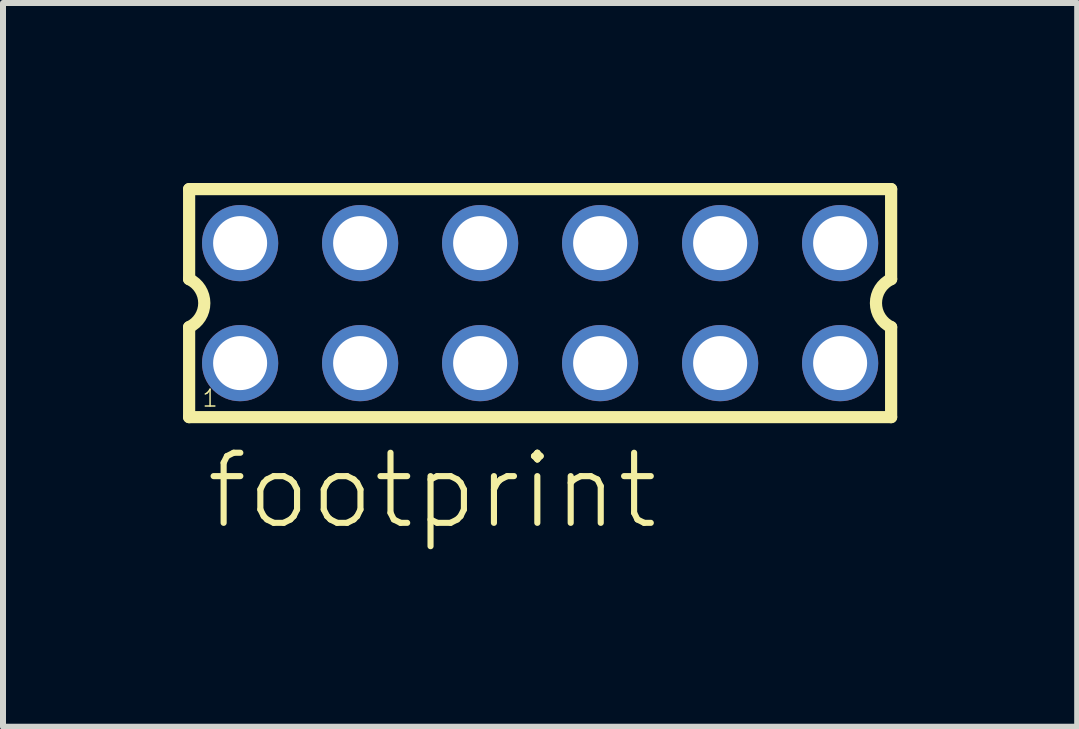
<source format=kicad_pcb>
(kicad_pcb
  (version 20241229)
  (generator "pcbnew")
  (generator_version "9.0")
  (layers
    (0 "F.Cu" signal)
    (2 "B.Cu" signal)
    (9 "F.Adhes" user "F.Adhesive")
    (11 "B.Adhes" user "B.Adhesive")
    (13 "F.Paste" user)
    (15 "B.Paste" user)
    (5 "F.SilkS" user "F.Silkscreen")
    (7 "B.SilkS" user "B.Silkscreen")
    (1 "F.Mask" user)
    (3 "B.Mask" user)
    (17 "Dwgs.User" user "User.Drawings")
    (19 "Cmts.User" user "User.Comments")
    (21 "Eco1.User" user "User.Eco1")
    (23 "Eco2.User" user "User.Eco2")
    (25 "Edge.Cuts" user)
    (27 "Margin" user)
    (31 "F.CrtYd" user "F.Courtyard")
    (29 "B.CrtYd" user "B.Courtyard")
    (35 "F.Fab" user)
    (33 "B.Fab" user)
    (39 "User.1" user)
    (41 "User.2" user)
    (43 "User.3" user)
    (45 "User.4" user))
  (footprint "footprint"
    (layer "F.Cu")
    (at 5.952 2.002)
    (property "Reference" "footprint" (at -5.62 3.81 0) (layer "F.SilkS") (effects (font (size 1.168 1.168) (thickness 0.102)) (justify left bottom)))
    (fp_line (start -5.85 -1.9) (end -5.85 -0.4) (stroke (width 0.203) (type solid)) (layer "F.SilkS"))
    (fp_line (start -5.85 0.4) (end -5.85 1.9) (stroke (width 0.203) (type solid)) (layer "F.SilkS"))
    (fp_line (start -5.85 1.9) (end 5.85 1.9) (stroke (width 0.203) (type solid)) (layer "F.SilkS"))
    (fp_line (start 5.85 -1.9) (end -5.85 -1.9) (stroke (width 0.203) (type solid)) (layer "F.SilkS"))
    (fp_line (start 5.85 -0.4) (end 5.85 -1.9) (stroke (width 0.203) (type solid)) (layer "F.SilkS"))
    (fp_line (start 5.85 1.9) (end 5.85 0.4) (stroke (width 0.203) (type solid)) (layer "F.SilkS"))
    (fp_arc (start -5.85 -0.4) (mid -5.597168 -0.000001) (end -5.849998 0.399999) (stroke (width 0.2032) (type solid)) (layer "F.SilkS"))
    (fp_arc (start 5.85 0.4) (mid 5.597168 0.000001) (end 5.849998 -0.399999) (stroke (width 0.2032) (type solid)) (layer "F.SilkS"))
    (fp_poly (pts (xy -5.25 -0.75) (xy -4.75 -0.75) (xy -4.75 -1.25) (xy -5.25 -1.25)) (stroke (width 0.1) (type solid)) (fill no) (layer "F.Fab"))
    (fp_poly (pts (xy -5.25 1.25) (xy -4.75 1.25) (xy -4.75 0.75) (xy -5.25 0.75)) (stroke (width 0.1) (type solid)) (fill no) (layer "F.Fab"))
    (fp_poly (pts (xy -3.25 -0.75) (xy -2.75 -0.75) (xy -2.75 -1.25) (xy -3.25 -1.25)) (stroke (width 0.1) (type solid)) (fill no) (layer "F.Fab"))
    (fp_poly (pts (xy -3.25 1.25) (xy -2.75 1.25) (xy -2.75 0.75) (xy -3.25 0.75)) (stroke (width 0.1) (type solid)) (fill no) (layer "F.Fab"))
    (fp_poly (pts (xy -1.25 -0.75) (xy -0.75 -0.75) (xy -0.75 -1.25) (xy -1.25 -1.25)) (stroke (width 0.1) (type solid)) (fill no) (layer "F.Fab"))
    (fp_poly (pts (xy -1.25 1.25) (xy -0.75 1.25) (xy -0.75 0.75) (xy -1.25 0.75)) (stroke (width 0.1) (type solid)) (fill no) (layer "F.Fab"))
    (fp_poly (pts (xy 0.75 -0.75) (xy 1.25 -0.75) (xy 1.25 -1.25) (xy 0.75 -1.25)) (stroke (width 0.1) (type solid)) (fill no) (layer "F.Fab"))
    (fp_poly (pts (xy 0.75 1.25) (xy 1.25 1.25) (xy 1.25 0.75) (xy 0.75 0.75)) (stroke (width 0.1) (type solid)) (fill no) (layer "F.Fab"))
    (fp_poly (pts (xy 2.75 -0.75) (xy 3.25 -0.75) (xy 3.25 -1.25) (xy 2.75 -1.25)) (stroke (width 0.1) (type solid)) (fill no) (layer "F.Fab"))
    (fp_poly (pts (xy 2.75 1.25) (xy 3.25 1.25) (xy 3.25 0.75) (xy 2.75 0.75)) (stroke (width 0.1) (type solid)) (fill no) (layer "F.Fab"))
    (fp_poly (pts (xy 4.75 -0.75) (xy 5.25 -0.75) (xy 5.25 -1.25) (xy 4.75 -1.25)) (stroke (width 0.1) (type solid)) (fill no) (layer "F.Fab"))
    (fp_poly (pts (xy 4.75 1.25) (xy 5.25 1.25) (xy 5.25 0.75) (xy 4.75 0.75)) (stroke (width 0.1) (type solid)) (fill no) (layer "F.Fab"))
    (fp_text user "1" (at -5.65 1.75 0) (layer "F.SilkS") (effects (font (size 0.28 0.28) (thickness 0.024)) (justify left bottom)))
    (pad "1" thru_hole circle (at -5 1) (size 1.27 1.27) (drill 0.9) (layers "*.Cu" "*.Mask"))
    (pad "2" thru_hole circle (at -5 -1) (size 1.27 1.27) (drill 0.9) (layers "*.Cu" "*.Mask"))
    (pad "3" thru_hole circle (at -3 1) (size 1.27 1.27) (drill 0.9) (layers "*.Cu" "*.Mask"))
    (pad "4" thru_hole circle (at -3 -1) (size 1.27 1.27) (drill 0.9) (layers "*.Cu" "*.Mask"))
    (pad "5" thru_hole circle (at -1 1) (size 1.27 1.27) (drill 0.9) (layers "*.Cu" "*.Mask"))
    (pad "6" thru_hole circle (at -1 -1) (size 1.27 1.27) (drill 0.9) (layers "*.Cu" "*.Mask"))
    (pad "7" thru_hole circle (at 1 1) (size 1.27 1.27) (drill 0.9) (layers "*.Cu" "*.Mask"))
    (pad "8" thru_hole circle (at 1 -1) (size 1.27 1.27) (drill 0.9) (layers "*.Cu" "*.Mask"))
    (pad "9" thru_hole circle (at 3 1) (size 1.27 1.27) (drill 0.9) (layers "*.Cu" "*.Mask"))
    (pad "10" thru_hole circle (at 3 -1) (size 1.27 1.27) (drill 0.9) (layers "*.Cu" "*.Mask"))
    (pad "11" thru_hole circle (at 5 1) (size 1.27 1.27) (drill 0.9) (layers "*.Cu" "*.Mask"))
    (pad "12" thru_hole circle (at 5 -1) (size 1.27 1.27) (drill 0.9) (layers "*.Cu" "*.Mask")))
  (gr_rect
    (start -3 -3)
    (end 14.903 9.062)
    (stroke (width 0.1) (type default))
    (fill no)
    (layer "Edge.Cuts")))
</source>
